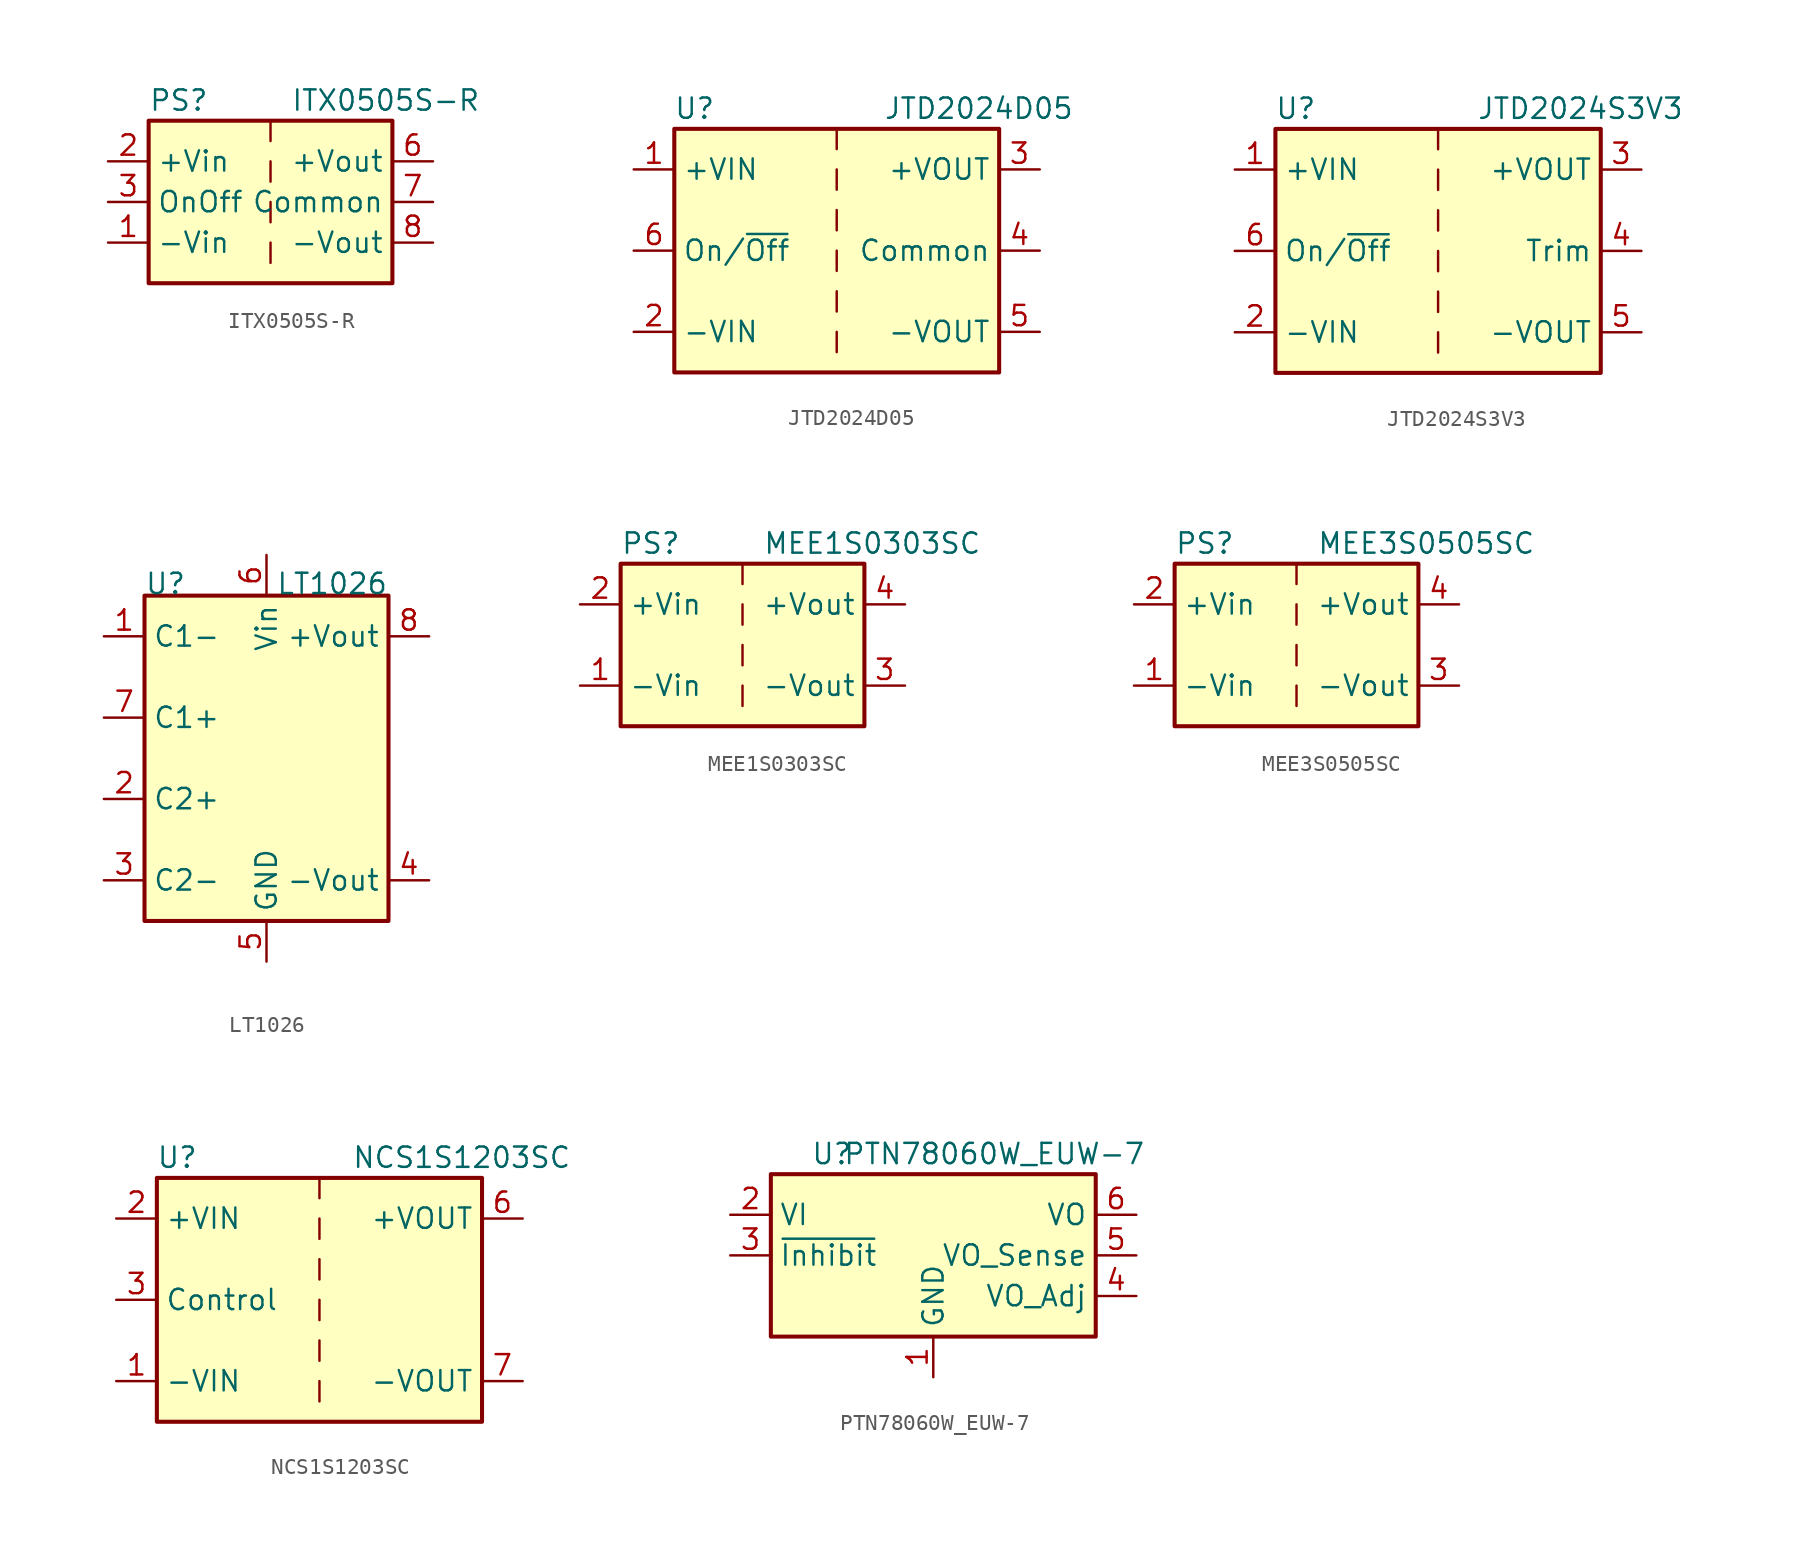
<source format=kicad_sym>
(kicad_symbol_lib
  (version 20220914)
  (generator kicad_symbol_editor)
  (symbol "ITX0505S-R"
    (property "Reference" "PS"
      (at -7.62 6.35 0)
      (effects (font (size 1.27 1.27)) (justify left)))
    (property "Value" "ITX0505S-R"
      (at 1.27 6.35 0)
      (effects (font (size 1.27 1.27)) (justify left)))
    (symbol "ITX0505S-R_0_0"
      (pin power_in line (at -10.16 -2.54 0) (length 2.54) (name "-Vin" (effects (font (size 1.27 1.27)))) (number "1" (effects (font (size 1.27 1.27)))))
      (pin power_in line (at -10.16 2.54 0) (length 2.54) (name "+Vin" (effects (font (size 1.27 1.27)))) (number "2" (effects (font (size 1.27 1.27)))))
      (pin input line (at -10.16 0 0) (length 2.54) (name "OnOff" (effects (font (size 1.27 1.27)))) (number "3" (effects (font (size 1.27 1.27)))))
      (pin no_connect line (at 0 5.08 270) (length 2.54) hide (name "NC" (effects (font (size 1.27 1.27)))) (number "5" (effects (font (size 1.27 1.27)))))
      (pin power_out line (at 10.16 2.54 180) (length 2.54) (name "+Vout" (effects (font (size 1.27 1.27)))) (number "6" (effects (font (size 1.27 1.27)))))
      (pin power_out line (at 10.16 0 180) (length 2.54) (name "Common" (effects (font (size 1.27 1.27)))) (number "7" (effects (font (size 1.27 1.27)))))
      (pin power_out line (at 10.16 -2.54 180) (length 2.54) (name "-Vout" (effects (font (size 1.27 1.27)))) (number "8" (effects (font (size 1.27 1.27))))))
    (symbol "ITX0505S-R_0_1"
      (rectangle (start -7.62 5.08) (end 7.62 -5.08) (stroke (width 0.254) (type default)) (fill (type background)))
      (polyline (pts (xy 0 -2.54) (xy 0 -3.81)) (stroke (width 0) (type default)) (fill (type none)))
      (polyline (pts (xy 0 0) (xy 0 -1.27)) (stroke (width 0) (type default)) (fill (type none)))
      (polyline (pts (xy 0 2.54) (xy 0 1.27)) (stroke (width 0) (type default)) (fill (type none)))
      (polyline (pts (xy 0 5.08) (xy 0 3.81)) (stroke (width 0) (type default)) (fill (type none)))))
  (symbol "JTD2024D05"
    (property "Reference" "U"
      (at -8.89 8.89 0)
      (effects (font (size 1.27 1.27))))
    (property "Value" "JTD2024D05"
      (at 8.89 8.89 0)
      (effects (font (size 1.27 1.27))))
    (symbol "JTD2024D05_0_1"
      (rectangle (start -10.16 7.62) (end 10.16 -7.62) (stroke (width 0.254) (type default)) (fill (type background)))
      (polyline (pts (xy 0 -5.08) (xy 0 -6.35)) (stroke (width 0) (type default)) (fill (type none)))
      (polyline (pts (xy 0 -2.54) (xy 0 -3.81)) (stroke (width 0) (type default)) (fill (type none)))
      (polyline (pts (xy 0 0) (xy 0 -1.27)) (stroke (width 0) (type default)) (fill (type none)))
      (polyline (pts (xy 0 2.54) (xy 0 1.27)) (stroke (width 0) (type default)) (fill (type none)))
      (polyline (pts (xy 0 5.08) (xy 0 3.81)) (stroke (width 0) (type default)) (fill (type none)))
      (polyline (pts (xy 0 7.62) (xy 0 6.35)) (stroke (width 0) (type default)) (fill (type none))))
    (symbol "JTD2024D05_1_1"
      (pin power_in line (at -12.7 5.08 0) (length 2.54) (name "+VIN" (effects (font (size 1.27 1.27)))) (number "1" (effects (font (size 1.27 1.27)))))
      (pin power_in line (at -12.7 -5.08 0) (length 2.54) (name "-VIN" (effects (font (size 1.27 1.27)))) (number "2" (effects (font (size 1.27 1.27)))))
      (pin power_out line (at 12.7 5.08 180) (length 2.54) (name "+VOUT" (effects (font (size 1.27 1.27)))) (number "3" (effects (font (size 1.27 1.27)))))
      (pin power_out line (at 12.7 0 180) (length 2.54) (name "Common" (effects (font (size 1.27 1.27)))) (number "4" (effects (font (size 1.27 1.27)))))
      (pin power_out line (at 12.7 -5.08 180) (length 2.54) (name "-VOUT" (effects (font (size 1.27 1.27)))) (number "5" (effects (font (size 1.27 1.27)))))
      (pin input line (at -12.7 0 0) (length 2.54) (name "On/~{Off}" (effects (font (size 1.27 1.27)))) (number "6" (effects (font (size 1.27 1.27)))))))
  (symbol "JTD2024S3V3"
    (property "Reference" "U"
      (at -8.89 8.89 0)
      (effects (font (size 1.27 1.27))))
    (property "Value" "JTD2024S3V3"
      (at 8.89 8.89 0)
      (effects (font (size 1.27 1.27))))
    (symbol "JTD2024S3V3_0_1"
      (rectangle (start -10.16 7.62) (end 10.16 -7.62) (stroke (width 0.254) (type default)) (fill (type background)))
      (polyline (pts (xy 0 -5.08) (xy 0 -6.35)) (stroke (width 0) (type default)) (fill (type none)))
      (polyline (pts (xy 0 -2.54) (xy 0 -3.81)) (stroke (width 0) (type default)) (fill (type none)))
      (polyline (pts (xy 0 0) (xy 0 -1.27)) (stroke (width 0) (type default)) (fill (type none)))
      (polyline (pts (xy 0 2.54) (xy 0 1.27)) (stroke (width 0) (type default)) (fill (type none)))
      (polyline (pts (xy 0 5.08) (xy 0 3.81)) (stroke (width 0) (type default)) (fill (type none)))
      (polyline (pts (xy 0 7.62) (xy 0 6.35)) (stroke (width 0) (type default)) (fill (type none))))
    (symbol "JTD2024S3V3_1_1"
      (pin power_in line (at -12.7 5.08 0) (length 2.54) (name "+VIN" (effects (font (size 1.27 1.27)))) (number "1" (effects (font (size 1.27 1.27)))))
      (pin power_in line (at -12.7 -5.08 0) (length 2.54) (name "-VIN" (effects (font (size 1.27 1.27)))) (number "2" (effects (font (size 1.27 1.27)))))
      (pin power_out line (at 12.7 5.08 180) (length 2.54) (name "+VOUT" (effects (font (size 1.27 1.27)))) (number "3" (effects (font (size 1.27 1.27)))))
      (pin input line (at 12.7 0 180) (length 2.54) (name "Trim" (effects (font (size 1.27 1.27)))) (number "4" (effects (font (size 1.27 1.27)))))
      (pin power_out line (at 12.7 -5.08 180) (length 2.54) (name "-VOUT" (effects (font (size 1.27 1.27)))) (number "5" (effects (font (size 1.27 1.27)))))
      (pin input line (at -12.7 0 0) (length 2.54) (name "On/~{Off}" (effects (font (size 1.27 1.27)))) (number "6" (effects (font (size 1.27 1.27)))))))
  (symbol "LT1026"
    (property "Reference" "U"
      (at -7.62 10.16 0)
      (effects (font (size 1.27 1.27)) (justify left bottom)))
    (property "Value" "LT1026"
      (at 7.62 10.16 0)
      (effects (font (size 1.27 1.27)) (justify right bottom)))
    (symbol "LT1026_0_1"
      (rectangle (start -7.62 10.16) (end 7.62 -10.16) (stroke (width 0.254) (type default)) (fill (type background))))
    (symbol "LT1026_1_1"
      (pin passive line (at -10.16 7.62 0) (length 2.54) (name "C1-" (effects (font (size 1.27 1.27)))) (number "1" (effects (font (size 1.27 1.27)))))
      (pin passive line (at -10.16 -2.54 0) (length 2.54) (name "C2+" (effects (font (size 1.27 1.27)))) (number "2" (effects (font (size 1.27 1.27)))))
      (pin passive line (at -10.16 -7.62 0) (length 2.54) (name "C2-" (effects (font (size 1.27 1.27)))) (number "3" (effects (font (size 1.27 1.27)))))
      (pin power_out line (at 10.16 -7.62 180) (length 2.54) (name "-Vout" (effects (font (size 1.27 1.27)))) (number "4" (effects (font (size 1.27 1.27)))))
      (pin power_in line (at 0 -12.7 90) (length 2.54) (name "GND" (effects (font (size 1.27 1.27)))) (number "5" (effects (font (size 1.27 1.27)))))
      (pin power_in line (at 0 12.7 270) (length 2.54) (name "Vin" (effects (font (size 1.27 1.27)))) (number "6" (effects (font (size 1.27 1.27)))))
      (pin passive line (at -10.16 2.54 0) (length 2.54) (name "C1+" (effects (font (size 1.27 1.27)))) (number "7" (effects (font (size 1.27 1.27)))))
      (pin power_out line (at 10.16 7.62 180) (length 2.54) (name "+Vout" (effects (font (size 1.27 1.27)))) (number "8" (effects (font (size 1.27 1.27)))))))
  (symbol "MEE1S0303SC"
    (property "Reference" "PS"
      (at -7.62 6.35 0)
      (effects (font (size 1.27 1.27)) (justify left)))
    (property "Value" "MEE1S0303SC"
      (at 1.27 6.35 0)
      (effects (font (size 1.27 1.27)) (justify left)))
    (symbol "MEE1S0303SC_0_0"
      (pin power_in line (at -10.16 -2.54 0) (length 2.54) (name "-Vin" (effects (font (size 1.27 1.27)))) (number "1" (effects (font (size 1.27 1.27)))))
      (pin power_in line (at -10.16 2.54 0) (length 2.54) (name "+Vin" (effects (font (size 1.27 1.27)))) (number "2" (effects (font (size 1.27 1.27)))))
      (pin power_out line (at 10.16 -2.54 180) (length 2.54) (name "-Vout" (effects (font (size 1.27 1.27)))) (number "3" (effects (font (size 1.27 1.27)))))
      (pin power_out line (at 10.16 2.54 180) (length 2.54) (name "+Vout" (effects (font (size 1.27 1.27)))) (number "4" (effects (font (size 1.27 1.27))))))
    (symbol "MEE1S0303SC_0_1"
      (rectangle (start -7.62 5.08) (end 7.62 -5.08) (stroke (width 0.254) (type default)) (fill (type background)))
      (polyline (pts (xy 0 -2.54) (xy 0 -3.81)) (stroke (width 0) (type default)) (fill (type none)))
      (polyline (pts (xy 0 0) (xy 0 -1.27)) (stroke (width 0) (type default)) (fill (type none)))
      (polyline (pts (xy 0 2.54) (xy 0 1.27)) (stroke (width 0) (type default)) (fill (type none)))
      (polyline (pts (xy 0 5.08) (xy 0 3.81)) (stroke (width 0) (type default)) (fill (type none)))))
  (symbol "MEE3S0505SC"
    (property "Reference" "PS"
      (at -7.62 6.35 0)
      (effects (font (size 1.27 1.27)) (justify left)))
    (property "Value" "MEE3S0505SC"
      (at 1.27 6.35 0)
      (effects (font (size 1.27 1.27)) (justify left)))
    (symbol "MEE3S0505SC_0_0"
      (pin power_in line (at -10.16 -2.54 0) (length 2.54) (name "-Vin" (effects (font (size 1.27 1.27)))) (number "1" (effects (font (size 1.27 1.27)))))
      (pin power_in line (at -10.16 2.54 0) (length 2.54) (name "+Vin" (effects (font (size 1.27 1.27)))) (number "2" (effects (font (size 1.27 1.27)))))
      (pin power_out line (at 10.16 -2.54 180) (length 2.54) (name "-Vout" (effects (font (size 1.27 1.27)))) (number "3" (effects (font (size 1.27 1.27)))))
      (pin power_out line (at 10.16 2.54 180) (length 2.54) (name "+Vout" (effects (font (size 1.27 1.27)))) (number "4" (effects (font (size 1.27 1.27))))))
    (symbol "MEE3S0505SC_0_1"
      (rectangle (start -7.62 5.08) (end 7.62 -5.08) (stroke (width 0.254) (type default)) (fill (type background)))
      (polyline (pts (xy 0 -2.54) (xy 0 -3.81)) (stroke (width 0) (type default)) (fill (type none)))
      (polyline (pts (xy 0 0) (xy 0 -1.27)) (stroke (width 0) (type default)) (fill (type none)))
      (polyline (pts (xy 0 2.54) (xy 0 1.27)) (stroke (width 0) (type default)) (fill (type none)))
      (polyline (pts (xy 0 5.08) (xy 0 3.81)) (stroke (width 0) (type default)) (fill (type none)))))
  (symbol "NCS1S1203SC"
    (property "Reference" "U"
      (at -8.89 8.89 0)
      (effects (font (size 1.27 1.27))))
    (property "Value" "NCS1S1203SC"
      (at 8.89 8.89 0)
      (effects (font (size 1.27 1.27))))
    (symbol "NCS1S1203SC_0_1"
      (rectangle (start -10.16 7.62) (end 10.16 -7.62) (stroke (width 0.254) (type default)) (fill (type background)))
      (polyline (pts (xy 0 -5.08) (xy 0 -6.35)) (stroke (width 0) (type default)) (fill (type none)))
      (polyline (pts (xy 0 -2.54) (xy 0 -3.81)) (stroke (width 0) (type default)) (fill (type none)))
      (polyline (pts (xy 0 0) (xy 0 -1.27)) (stroke (width 0) (type default)) (fill (type none)))
      (polyline (pts (xy 0 2.54) (xy 0 1.27)) (stroke (width 0) (type default)) (fill (type none)))
      (polyline (pts (xy 0 5.08) (xy 0 3.81)) (stroke (width 0) (type default)) (fill (type none)))
      (polyline (pts (xy 0 7.62) (xy 0 6.35)) (stroke (width 0) (type default)) (fill (type none))))
    (symbol "NCS1S1203SC_1_1"
      (pin power_in line (at -12.7 -5.08 0) (length 2.54) (name "-VIN" (effects (font (size 1.27 1.27)))) (number "1" (effects (font (size 1.27 1.27)))))
      (pin power_in line (at -12.7 5.08 0) (length 2.54) (name "+VIN" (effects (font (size 1.27 1.27)))) (number "2" (effects (font (size 1.27 1.27)))))
      (pin input line (at -12.7 0 0) (length 2.54) (name "Control" (effects (font (size 1.27 1.27)))) (number "3" (effects (font (size 1.27 1.27)))))
      (pin power_out line (at 12.7 5.08 180) (length 2.54) (name "+VOUT" (effects (font (size 1.27 1.27)))) (number "6" (effects (font (size 1.27 1.27)))))
      (pin power_out line (at 12.7 -5.08 180) (length 2.54) (name "-VOUT" (effects (font (size 1.27 1.27)))) (number "7" (effects (font (size 1.27 1.27)))))))
  (symbol "PTN78060W_EUW-7"
    (property "Reference" "U"
      (at -6.35 6.35 0)
      (effects (font (size 1.27 1.27))))
    (property "Value" "PTN78060W_EUW-7"
      (at 3.81 6.35 0)
      (effects (font (size 1.27 1.27))))
    (symbol "PTN78060W_EUW-7_0_1"
      (rectangle (start -10.16 5.08) (end 10.16 -5.08) (stroke (width 0.254) (type default)) (fill (type background))))
    (symbol "PTN78060W_EUW-7_1_1"
      (pin power_in line (at 0 -7.62 90) (length 2.54) (name "GND" (effects (font (size 1.27 1.27)))) (number "1" (effects (font (size 1.27 1.27)))))
      (pin power_in line (at -12.7 2.54 0) (length 2.54) (name "VI" (effects (font (size 1.27 1.27)))) (number "2" (effects (font (size 1.27 1.27)))))
      (pin input line (at -12.7 0 0) (length 2.54) (name "~{Inhibit}" (effects (font (size 1.27 1.27)))) (number "3" (effects (font (size 1.27 1.27)))))
      (pin input line (at 12.7 -2.54 180) (length 2.54) (name "VO_Adj" (effects (font (size 1.27 1.27)))) (number "4" (effects (font (size 1.27 1.27)))))
      (pin power_out line (at 12.7 0 180) (length 2.54) (name "VO_Sense" (effects (font (size 1.27 1.27)))) (number "5" (effects (font (size 1.27 1.27)))))
      (pin power_out line (at 12.7 2.54 180) (length 2.54) (name "VO" (effects (font (size 1.27 1.27)))) (number "6" (effects (font (size 1.27 1.27)))))
      (pin passive line (at 0 -7.62 90) (length 2.54) hide (name "GND" (effects (font (size 1.27 1.27)))) (number "7" (effects (font (size 1.27 1.27))))))))
</source>
